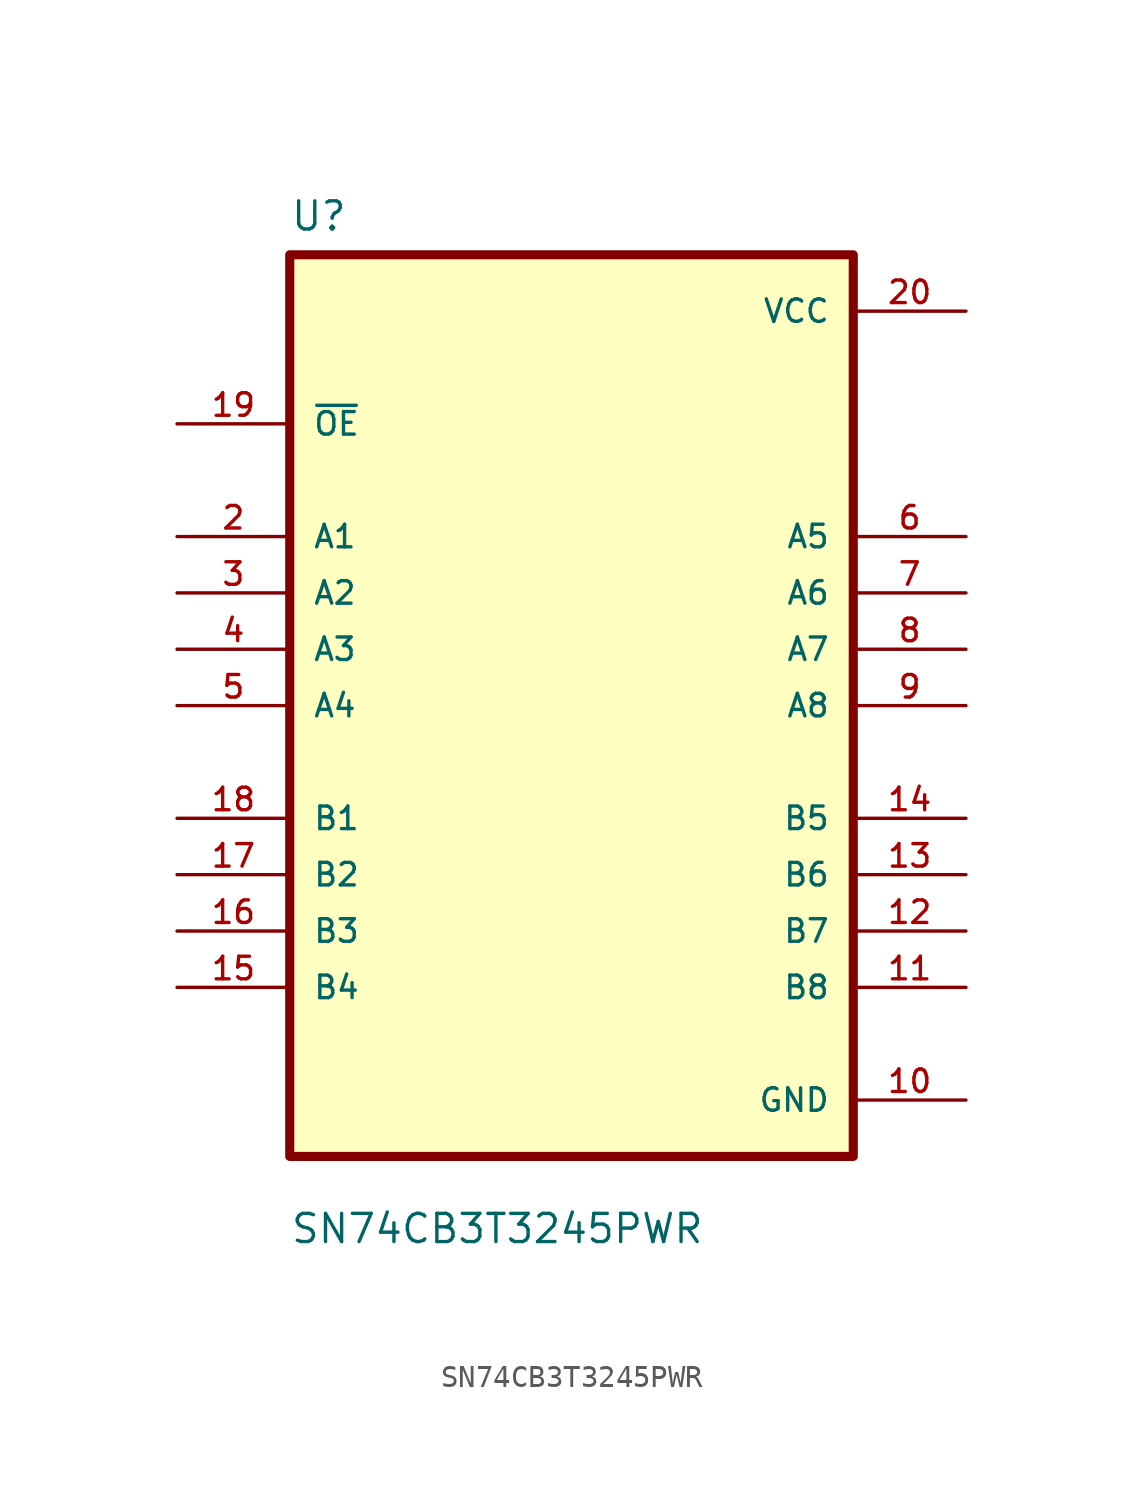
<source format=kicad_sym>
(kicad_symbol_lib
  (version 20211014)
  (generator kicad_symbol_editor)
  (symbol "SN74CB3T3245PWR"
    (pin_names
      (offset 1.016))
    (property "Reference" "U"
      (at -12.7 21.32 0.0)
      (effects (font (size 1.27 1.27)) (justify bottom left)))
    (property "Value" "SN74CB3T3245PWR"
      (at -12.7 -24.32 0.0)
      (effects (font (size 1.27 1.27)) (justify bottom left)))
    (symbol "SN74CB3T3245PWR_0_0"
      (rectangle (start -12.7 -20.32) (end 12.7 20.32) (stroke (width 0.41)) (fill (type background)))
      (pin input line (at -17.78 12.7 0) (length 5.08) (name "~{OE}" (effects (font (size 1.016 1.016)))) (number "19" (effects (font (size 1.016 1.016)))))
      (pin bidirectional line (at -17.78 7.62 0) (length 5.08) (name "A1" (effects (font (size 1.016 1.016)))) (number "2" (effects (font (size 1.016 1.016)))))
      (pin bidirectional line (at -17.78 5.08 0) (length 5.08) (name "A2" (effects (font (size 1.016 1.016)))) (number "3" (effects (font (size 1.016 1.016)))))
      (pin bidirectional line (at -17.78 2.54 0) (length 5.08) (name "A3" (effects (font (size 1.016 1.016)))) (number "4" (effects (font (size 1.016 1.016)))))
      (pin bidirectional line (at -17.78 0.0 0) (length 5.08) (name "A4" (effects (font (size 1.016 1.016)))) (number "5" (effects (font (size 1.016 1.016)))))
      (pin bidirectional line (at -17.78 -5.08 0) (length 5.08) (name "B1" (effects (font (size 1.016 1.016)))) (number "18" (effects (font (size 1.016 1.016)))))
      (pin bidirectional line (at -17.78 -7.62 0) (length 5.08) (name "B2" (effects (font (size 1.016 1.016)))) (number "17" (effects (font (size 1.016 1.016)))))
      (pin bidirectional line (at -17.78 -10.16 0) (length 5.08) (name "B3" (effects (font (size 1.016 1.016)))) (number "16" (effects (font (size 1.016 1.016)))))
      (pin bidirectional line (at -17.78 -12.7 0) (length 5.08) (name "B4" (effects (font (size 1.016 1.016)))) (number "15" (effects (font (size 1.016 1.016)))))
      (pin power_in line (at 17.78 17.78 180.0) (length 5.08) (name "VCC" (effects (font (size 1.016 1.016)))) (number "20" (effects (font (size 1.016 1.016)))))
      (pin bidirectional line (at 17.78 7.62 180.0) (length 5.08) (name "A5" (effects (font (size 1.016 1.016)))) (number "6" (effects (font (size 1.016 1.016)))))
      (pin bidirectional line (at 17.78 5.08 180.0) (length 5.08) (name "A6" (effects (font (size 1.016 1.016)))) (number "7" (effects (font (size 1.016 1.016)))))
      (pin bidirectional line (at 17.78 2.54 180.0) (length 5.08) (name "A7" (effects (font (size 1.016 1.016)))) (number "8" (effects (font (size 1.016 1.016)))))
      (pin bidirectional line (at 17.78 8.88178e-16 180.0) (length 5.08) (name "A8" (effects (font (size 1.016 1.016)))) (number "9" (effects (font (size 1.016 1.016)))))
      (pin bidirectional line (at 17.78 -5.08 180.0) (length 5.08) (name "B5" (effects (font (size 1.016 1.016)))) (number "14" (effects (font (size 1.016 1.016)))))
      (pin bidirectional line (at 17.78 -7.62 180.0) (length 5.08) (name "B6" (effects (font (size 1.016 1.016)))) (number "13" (effects (font (size 1.016 1.016)))))
      (pin bidirectional line (at 17.78 -10.16 180.0) (length 5.08) (name "B7" (effects (font (size 1.016 1.016)))) (number "12" (effects (font (size 1.016 1.016)))))
      (pin bidirectional line (at 17.78 -12.7 180.0) (length 5.08) (name "B8" (effects (font (size 1.016 1.016)))) (number "11" (effects (font (size 1.016 1.016)))))
      (pin power_in line (at 17.78 -17.78 180.0) (length 5.08) (name "GND" (effects (font (size 1.016 1.016)))) (number "10" (effects (font (size 1.016 1.016))))))))
</source>
